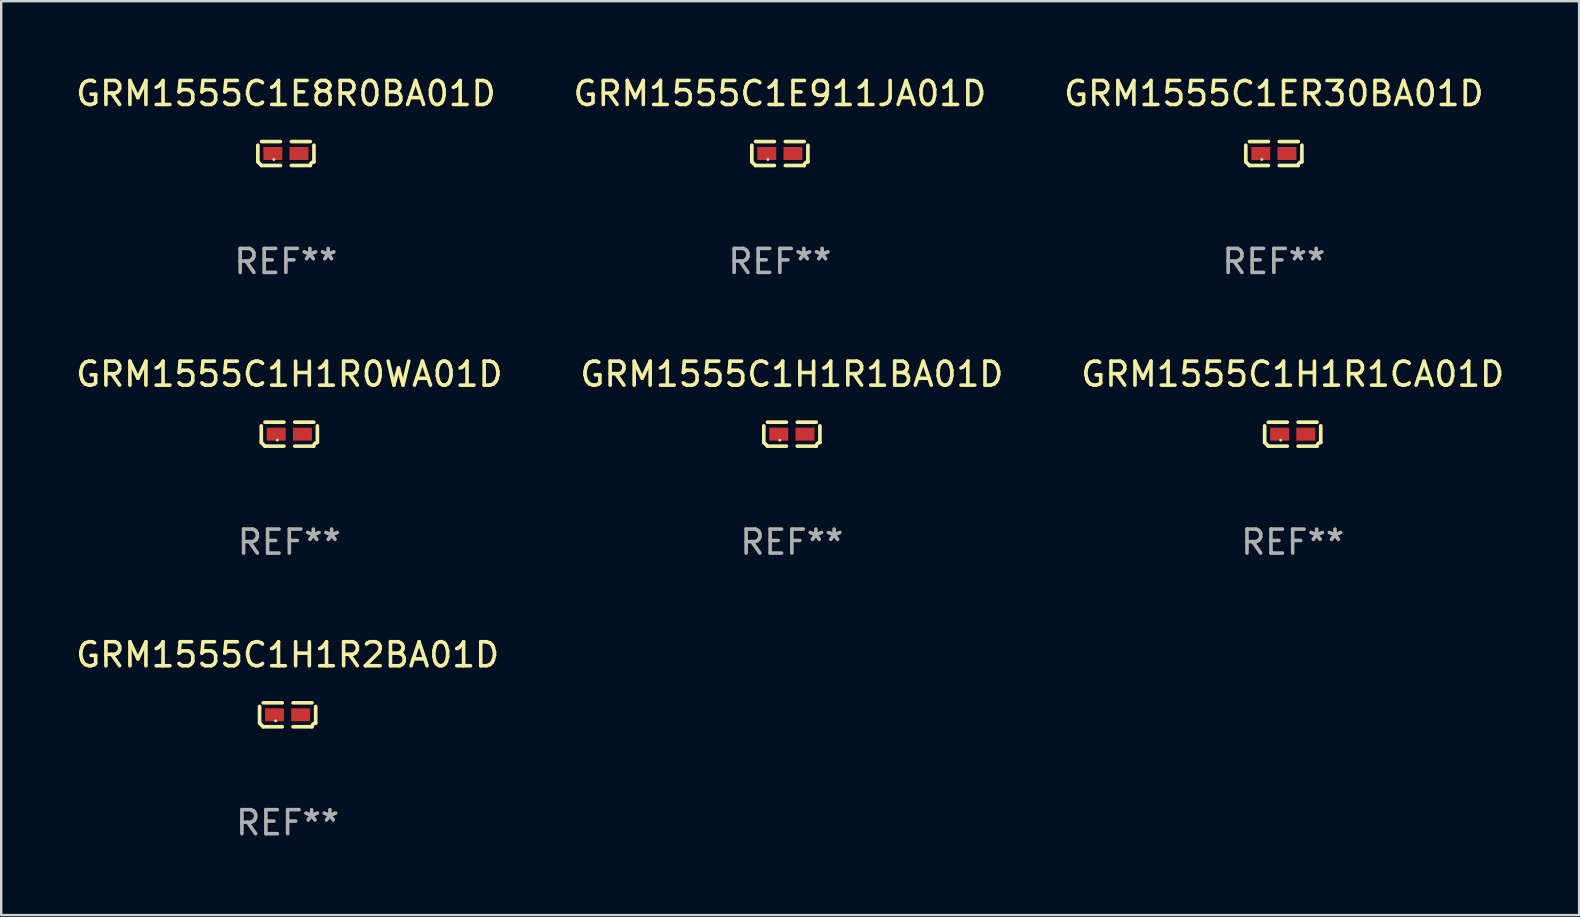
<source format=kicad_pcb>
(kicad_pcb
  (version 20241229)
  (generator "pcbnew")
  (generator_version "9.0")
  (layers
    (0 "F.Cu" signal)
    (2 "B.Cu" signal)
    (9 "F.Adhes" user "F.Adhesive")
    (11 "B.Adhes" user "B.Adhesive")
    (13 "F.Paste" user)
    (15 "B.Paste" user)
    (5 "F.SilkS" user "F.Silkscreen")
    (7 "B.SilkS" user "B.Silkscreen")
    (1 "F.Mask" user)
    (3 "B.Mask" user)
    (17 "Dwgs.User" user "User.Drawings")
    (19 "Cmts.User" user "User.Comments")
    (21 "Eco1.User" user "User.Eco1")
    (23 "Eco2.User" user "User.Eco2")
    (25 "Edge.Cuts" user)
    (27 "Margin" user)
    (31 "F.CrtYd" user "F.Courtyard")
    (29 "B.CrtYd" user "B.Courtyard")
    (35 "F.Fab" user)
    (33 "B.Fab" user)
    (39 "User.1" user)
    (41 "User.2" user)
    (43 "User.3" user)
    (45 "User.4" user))
  (footprint "GRM1555C1H1R0WA01D"
    (layer "F.Cu")
    (at 9.006 15.041)
    (property "Reference" "GRM1555C1H1R0WA01D" (at 0 -2.499 0) (layer "F.SilkS") (effects (font (size 1 1) (thickness 0.15))))
    (attr through_hole)
    (fp_line (start -1.169 0.346) (end -1.169 -0.346) (stroke (width 0.152) (type solid)) (layer "F.SilkS"))
    (fp_line (start -1.016 -0.499) (end -0.226 -0.499) (stroke (width 0.152) (type solid)) (layer "F.SilkS"))
    (fp_line (start -0.226 0.499) (end -1.016 0.499) (stroke (width 0.152) (type solid)) (layer "F.SilkS"))
    (fp_line (start 0.226 0.499) (end 1.016 0.499) (stroke (width 0.152) (type solid)) (layer "F.SilkS"))
    (fp_line (start 1.016 -0.499) (end 0.226 -0.499) (stroke (width 0.152) (type solid)) (layer "F.SilkS"))
    (fp_line (start 1.169 0.346) (end 1.169 -0.346) (stroke (width 0.152) (type solid)) (layer "F.SilkS"))
    (fp_arc (start -1.016307 0.498603) (mid -1.092512 0.422405) (end -1.16871 0.3462) (stroke (width 0.1524) (type solid)) (layer "F.SilkS"))
    (fp_arc (start 1.016307 0.498603) (mid 1.060899 0.390758) (end 1.168707 0.346076) (stroke (width 0.1524) (type solid)) (layer "F.SilkS"))
    (fp_circle (center -0.5 0.25) (end -0.47 0.25) (stroke (width 0.06) (type solid)) (fill no) (layer "F.SilkS"))
    (fp_text user "REF**" (at 0 4.499 0) (layer "F.Fab") (effects (font (size 1 1) (thickness 0.15))))
    (pad "1" smd rect (at -0.545 0) (size 0.79 0.54) (layers "F.Cu" "F.Mask" "F.Paste"))
    (pad "2" smd rect (at 0.545 0) (size 0.79 0.54) (layers "F.Cu" "F.Mask" "F.Paste")))
  (footprint "GRM1555C1H1R2BA01D"
    (layer "F.Cu")
    (at 8.935 26.734)
    (property "Reference" "GRM1555C1H1R2BA01D" (at 0 -2.499 0) (layer "F.SilkS") (effects (font (size 1 1) (thickness 0.15))))
    (attr through_hole)
    (fp_line (start -1.169 0.346) (end -1.169 -0.346) (stroke (width 0.152) (type solid)) (layer "F.SilkS"))
    (fp_line (start -1.016 -0.499) (end -0.226 -0.499) (stroke (width 0.152) (type solid)) (layer "F.SilkS"))
    (fp_line (start -0.226 0.499) (end -1.016 0.499) (stroke (width 0.152) (type solid)) (layer "F.SilkS"))
    (fp_line (start 0.226 0.499) (end 1.016 0.499) (stroke (width 0.152) (type solid)) (layer "F.SilkS"))
    (fp_line (start 1.016 -0.499) (end 0.226 -0.499) (stroke (width 0.152) (type solid)) (layer "F.SilkS"))
    (fp_line (start 1.169 0.346) (end 1.169 -0.346) (stroke (width 0.152) (type solid)) (layer "F.SilkS"))
    (fp_arc (start -1.016307 0.498603) (mid -1.092512 0.422405) (end -1.16871 0.3462) (stroke (width 0.1524) (type solid)) (layer "F.SilkS"))
    (fp_arc (start 1.016307 0.498603) (mid 1.060899 0.390758) (end 1.168707 0.346076) (stroke (width 0.1524) (type solid)) (layer "F.SilkS"))
    (fp_circle (center -0.5 0.25) (end -0.47 0.25) (stroke (width 0.06) (type solid)) (fill no) (layer "F.SilkS"))
    (fp_text user "REF**" (at 0 4.499 0) (layer "F.Fab") (effects (font (size 1 1) (thickness 0.15))))
    (pad "1" smd rect (at -0.545 0) (size 0.79 0.54) (layers "F.Cu" "F.Mask" "F.Paste"))
    (pad "2" smd rect (at 0.545 0) (size 0.79 0.54) (layers "F.Cu" "F.Mask" "F.Paste")))
  (footprint "GRM1555C1E911JA01D"
    (layer "F.Cu")
    (at 29.446 3.347)
    (property "Reference" "GRM1555C1E911JA01D" (at 0 -2.499 0) (layer "F.SilkS") (effects (font (size 1 1) (thickness 0.15))))
    (attr through_hole)
    (fp_line (start -1.169 0.346) (end -1.169 -0.346) (stroke (width 0.152) (type solid)) (layer "F.SilkS"))
    (fp_line (start -1.016 -0.499) (end -0.226 -0.499) (stroke (width 0.152) (type solid)) (layer "F.SilkS"))
    (fp_line (start -0.226 0.499) (end -1.016 0.499) (stroke (width 0.152) (type solid)) (layer "F.SilkS"))
    (fp_line (start 0.226 0.499) (end 1.016 0.499) (stroke (width 0.152) (type solid)) (layer "F.SilkS"))
    (fp_line (start 1.016 -0.499) (end 0.226 -0.499) (stroke (width 0.152) (type solid)) (layer "F.SilkS"))
    (fp_line (start 1.169 0.346) (end 1.169 -0.346) (stroke (width 0.152) (type solid)) (layer "F.SilkS"))
    (fp_arc (start -1.016307 0.498603) (mid -1.092512 0.422405) (end -1.16871 0.3462) (stroke (width 0.1524) (type solid)) (layer "F.SilkS"))
    (fp_arc (start 1.016307 0.498603) (mid 1.060899 0.390758) (end 1.168707 0.346076) (stroke (width 0.1524) (type solid)) (layer "F.SilkS"))
    (fp_circle (center -0.5 0.25) (end -0.47 0.25) (stroke (width 0.06) (type solid)) (fill no) (layer "F.SilkS"))
    (fp_text user "REF**" (at 0 4.499 0) (layer "F.Fab") (effects (font (size 1 1) (thickness 0.15))))
    (pad "1" smd rect (at -0.545 0) (size 0.79 0.54) (layers "F.Cu" "F.Mask" "F.Paste"))
    (pad "2" smd rect (at 0.545 0) (size 0.79 0.54) (layers "F.Cu" "F.Mask" "F.Paste")))
  (footprint "GRM1555C1H1R1CA01D"
    (layer "F.Cu")
    (at 50.815 15.041)
    (property "Reference" "GRM1555C1H1R1CA01D" (at 0 -2.499 0) (layer "F.SilkS") (effects (font (size 1 1) (thickness 0.15))))
    (attr through_hole)
    (fp_line (start -1.169 0.346) (end -1.169 -0.346) (stroke (width 0.152) (type solid)) (layer "F.SilkS"))
    (fp_line (start -1.016 -0.499) (end -0.226 -0.499) (stroke (width 0.152) (type solid)) (layer "F.SilkS"))
    (fp_line (start -0.226 0.499) (end -1.016 0.499) (stroke (width 0.152) (type solid)) (layer "F.SilkS"))
    (fp_line (start 0.226 0.499) (end 1.016 0.499) (stroke (width 0.152) (type solid)) (layer "F.SilkS"))
    (fp_line (start 1.016 -0.499) (end 0.226 -0.499) (stroke (width 0.152) (type solid)) (layer "F.SilkS"))
    (fp_line (start 1.169 0.346) (end 1.169 -0.346) (stroke (width 0.152) (type solid)) (layer "F.SilkS"))
    (fp_arc (start -1.016307 0.498603) (mid -1.092512 0.422405) (end -1.16871 0.3462) (stroke (width 0.1524) (type solid)) (layer "F.SilkS"))
    (fp_arc (start 1.016307 0.498603) (mid 1.060899 0.390758) (end 1.168707 0.346076) (stroke (width 0.1524) (type solid)) (layer "F.SilkS"))
    (fp_circle (center -0.5 0.25) (end -0.47 0.25) (stroke (width 0.06) (type solid)) (fill no) (layer "F.SilkS"))
    (fp_text user "REF**" (at 0 4.499 0) (layer "F.Fab") (effects (font (size 1 1) (thickness 0.15))))
    (pad "1" smd rect (at -0.545 0) (size 0.79 0.54) (layers "F.Cu" "F.Mask" "F.Paste"))
    (pad "2" smd rect (at 0.545 0) (size 0.79 0.54) (layers "F.Cu" "F.Mask" "F.Paste")))
  (footprint "GRM1555C1ER30BA01D"
    (layer "F.Cu")
    (at 50.03 3.347)
    (property "Reference" "GRM1555C1ER30BA01D" (at 0 -2.499 0) (layer "F.SilkS") (effects (font (size 1 1) (thickness 0.15))))
    (attr through_hole)
    (fp_line (start -1.169 0.346) (end -1.169 -0.346) (stroke (width 0.152) (type solid)) (layer "F.SilkS"))
    (fp_line (start -1.016 -0.499) (end -0.226 -0.499) (stroke (width 0.152) (type solid)) (layer "F.SilkS"))
    (fp_line (start -0.226 0.499) (end -1.016 0.499) (stroke (width 0.152) (type solid)) (layer "F.SilkS"))
    (fp_line (start 0.226 0.499) (end 1.016 0.499) (stroke (width 0.152) (type solid)) (layer "F.SilkS"))
    (fp_line (start 1.016 -0.499) (end 0.226 -0.499) (stroke (width 0.152) (type solid)) (layer "F.SilkS"))
    (fp_line (start 1.169 0.346) (end 1.169 -0.346) (stroke (width 0.152) (type solid)) (layer "F.SilkS"))
    (fp_arc (start -1.016307 0.498603) (mid -1.092512 0.422405) (end -1.16871 0.3462) (stroke (width 0.1524) (type solid)) (layer "F.SilkS"))
    (fp_arc (start 1.016307 0.498603) (mid 1.060899 0.390758) (end 1.168707 0.346076) (stroke (width 0.1524) (type solid)) (layer "F.SilkS"))
    (fp_circle (center -0.5 0.25) (end -0.47 0.25) (stroke (width 0.06) (type solid)) (fill no) (layer "F.SilkS"))
    (fp_text user "REF**" (at 0 4.499 0) (layer "F.Fab") (effects (font (size 1 1) (thickness 0.15))))
    (pad "1" smd rect (at -0.545 0) (size 0.79 0.54) (layers "F.Cu" "F.Mask" "F.Paste"))
    (pad "2" smd rect (at 0.545 0) (size 0.79 0.54) (layers "F.Cu" "F.Mask" "F.Paste")))
  (footprint "GRM1555C1H1R1BA01D"
    (layer "F.Cu")
    (at 29.946 15.041)
    (property "Reference" "GRM1555C1H1R1BA01D" (at 0 -2.499 0) (layer "F.SilkS") (effects (font (size 1 1) (thickness 0.15))))
    (attr through_hole)
    (fp_line (start -1.169 0.346) (end -1.169 -0.346) (stroke (width 0.152) (type solid)) (layer "F.SilkS"))
    (fp_line (start -1.016 -0.499) (end -0.226 -0.499) (stroke (width 0.152) (type solid)) (layer "F.SilkS"))
    (fp_line (start -0.226 0.499) (end -1.016 0.499) (stroke (width 0.152) (type solid)) (layer "F.SilkS"))
    (fp_line (start 0.226 0.499) (end 1.016 0.499) (stroke (width 0.152) (type solid)) (layer "F.SilkS"))
    (fp_line (start 1.016 -0.499) (end 0.226 -0.499) (stroke (width 0.152) (type solid)) (layer "F.SilkS"))
    (fp_line (start 1.169 0.346) (end 1.169 -0.346) (stroke (width 0.152) (type solid)) (layer "F.SilkS"))
    (fp_arc (start -1.016307 0.498603) (mid -1.092512 0.422405) (end -1.16871 0.3462) (stroke (width 0.1524) (type solid)) (layer "F.SilkS"))
    (fp_arc (start 1.016307 0.498603) (mid 1.060899 0.390758) (end 1.168707 0.346076) (stroke (width 0.1524) (type solid)) (layer "F.SilkS"))
    (fp_circle (center -0.5 0.25) (end -0.47 0.25) (stroke (width 0.06) (type solid)) (fill no) (layer "F.SilkS"))
    (fp_text user "REF**" (at 0 4.499 0) (layer "F.Fab") (effects (font (size 1 1) (thickness 0.15))))
    (pad "1" smd rect (at -0.545 0) (size 0.79 0.54) (layers "F.Cu" "F.Mask" "F.Paste"))
    (pad "2" smd rect (at 0.545 0) (size 0.79 0.54) (layers "F.Cu" "F.Mask" "F.Paste")))
  (footprint "GRM1555C1E8R0BA01D"
    (layer "F.Cu")
    (at 8.863 3.347)
    (property "Reference" "GRM1555C1E8R0BA01D" (at 0 -2.499 0) (layer "F.SilkS") (effects (font (size 1 1) (thickness 0.15))))
    (attr through_hole)
    (fp_line (start -1.169 0.346) (end -1.169 -0.346) (stroke (width 0.152) (type solid)) (layer "F.SilkS"))
    (fp_line (start -1.016 -0.499) (end -0.226 -0.499) (stroke (width 0.152) (type solid)) (layer "F.SilkS"))
    (fp_line (start -0.226 0.499) (end -1.016 0.499) (stroke (width 0.152) (type solid)) (layer "F.SilkS"))
    (fp_line (start 0.226 0.499) (end 1.016 0.499) (stroke (width 0.152) (type solid)) (layer "F.SilkS"))
    (fp_line (start 1.016 -0.499) (end 0.226 -0.499) (stroke (width 0.152) (type solid)) (layer "F.SilkS"))
    (fp_line (start 1.169 0.346) (end 1.169 -0.346) (stroke (width 0.152) (type solid)) (layer "F.SilkS"))
    (fp_arc (start -1.016307 0.498603) (mid -1.092512 0.422405) (end -1.16871 0.3462) (stroke (width 0.1524) (type solid)) (layer "F.SilkS"))
    (fp_arc (start 1.016307 0.498603) (mid 1.060899 0.390758) (end 1.168707 0.346076) (stroke (width 0.1524) (type solid)) (layer "F.SilkS"))
    (fp_circle (center -0.5 0.25) (end -0.47 0.25) (stroke (width 0.06) (type solid)) (fill no) (layer "F.SilkS"))
    (fp_text user "REF**" (at 0 4.499 0) (layer "F.Fab") (effects (font (size 1 1) (thickness 0.15))))
    (pad "1" smd rect (at -0.545 0) (size 0.79 0.54) (layers "F.Cu" "F.Mask" "F.Paste"))
    (pad "2" smd rect (at 0.545 0) (size 0.79 0.54) (layers "F.Cu" "F.Mask" "F.Paste")))
  (gr_rect
    (start -3 -3)
    (end 62.75 35.081)
    (stroke (width 0.1) (type default))
    (fill no)
    (layer "Edge.Cuts")))
</source>
